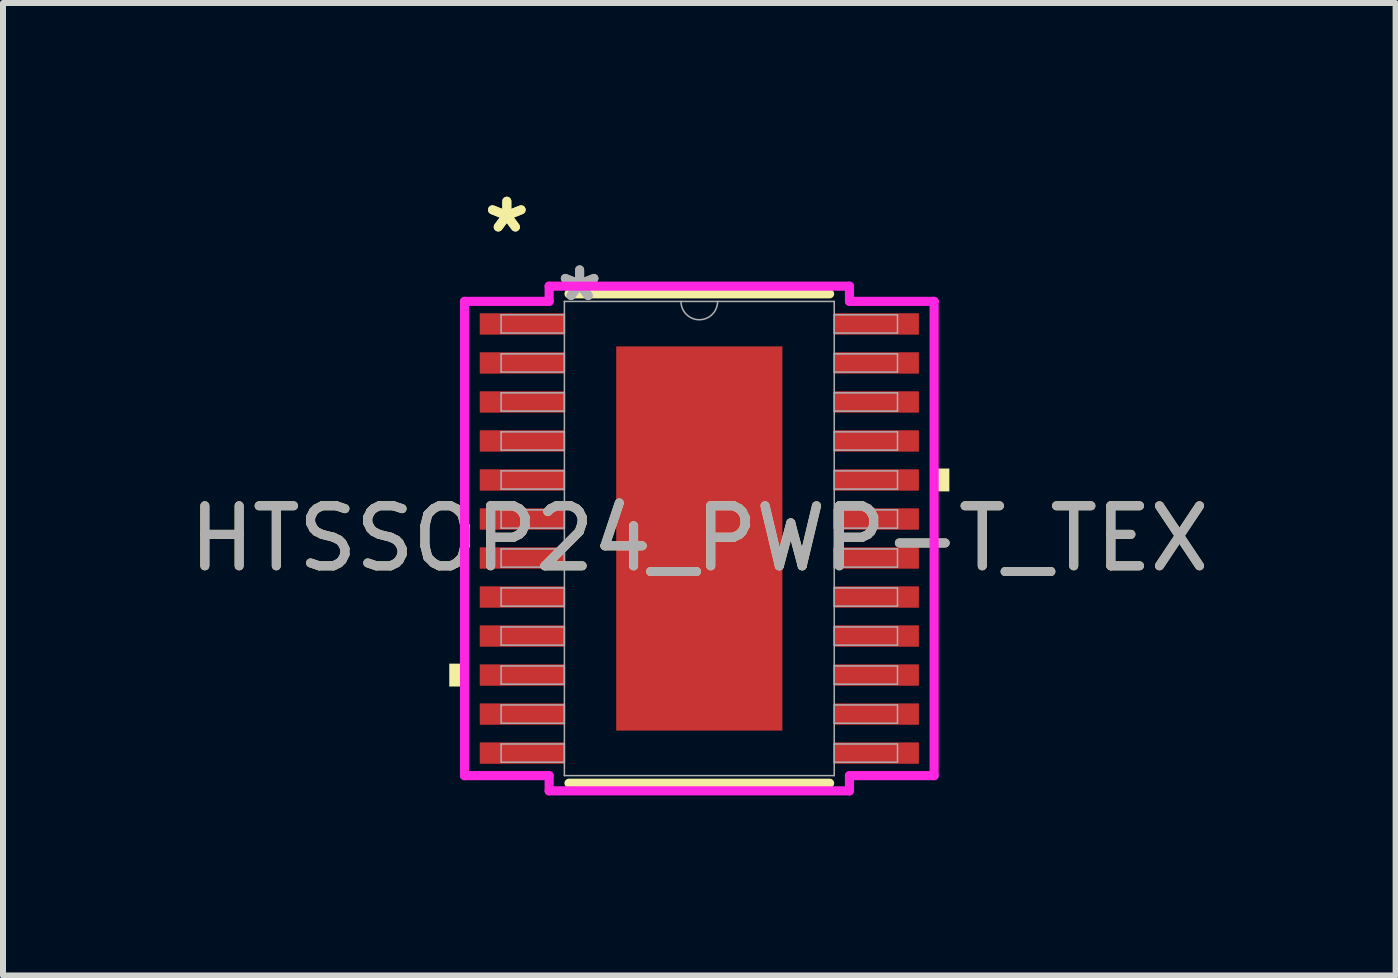
<source format=kicad_pcb>
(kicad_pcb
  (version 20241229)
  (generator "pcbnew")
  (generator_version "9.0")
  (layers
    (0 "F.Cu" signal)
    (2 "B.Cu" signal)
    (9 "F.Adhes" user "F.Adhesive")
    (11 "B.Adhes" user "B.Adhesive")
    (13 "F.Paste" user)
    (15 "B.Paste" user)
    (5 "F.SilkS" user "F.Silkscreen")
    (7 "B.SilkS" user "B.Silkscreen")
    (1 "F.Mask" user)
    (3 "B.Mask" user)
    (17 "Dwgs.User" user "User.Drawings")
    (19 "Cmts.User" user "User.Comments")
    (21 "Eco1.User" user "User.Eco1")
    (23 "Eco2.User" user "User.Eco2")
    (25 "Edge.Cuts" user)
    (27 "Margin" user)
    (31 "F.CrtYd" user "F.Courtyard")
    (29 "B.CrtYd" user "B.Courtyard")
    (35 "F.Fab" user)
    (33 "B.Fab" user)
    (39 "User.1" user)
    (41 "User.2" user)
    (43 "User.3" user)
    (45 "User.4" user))
  (footprint "HTSSOP24_PWP-T_TEX"
    (layer "F.Cu")
    (at 8.601 5.922)
    (property "Reference" "HTSSOP24_PWP-T_TEX" (at 0 0 0) (unlocked yes) (layer "F.SilkS") (effects (font (size 1 1) (thickness 0.15))))
    (attr smd)
    (fp_line (start -2.171 4.077) (end 2.171 4.077) (stroke (width 0.152) (type solid)) (layer "F.SilkS"))
    (fp_line (start 2.171 -4.077) (end -2.171 -4.077) (stroke (width 0.152) (type solid)) (layer "F.SilkS"))
    (fp_poly (pts (xy -4.166 2.085) (xy -4.166 2.466) (xy -3.912 2.466) (xy -3.912 2.085)) (stroke (width 0) (type solid)) (fill yes) (layer "F.SilkS"))
    (fp_poly (pts (xy 4.166 -1.166) (xy 4.166 -0.785) (xy 3.912 -0.785) (xy 3.912 -1.166)) (stroke (width 0) (type solid)) (fill yes) (layer "F.SilkS"))
    (fp_poly (pts (xy -1.284 -3.1) (xy -1.284 -2.02) (xy -0.1 -2.02) (xy -0.1 -3.1)) (stroke (width 0) (type solid)) (fill yes) (layer "F.Paste"))
    (fp_poly (pts (xy -1.284 -1.82) (xy -1.284 -0.74) (xy -0.1 -0.74) (xy -0.1 -1.82)) (stroke (width 0) (type solid)) (fill yes) (layer "F.Paste"))
    (fp_poly (pts (xy -1.284 -0.54) (xy -1.284 0.54) (xy -0.1 0.54) (xy -0.1 -0.54)) (stroke (width 0) (type solid)) (fill yes) (layer "F.Paste"))
    (fp_poly (pts (xy -1.284 0.74) (xy -1.284 1.82) (xy -0.1 1.82) (xy -0.1 0.74)) (stroke (width 0) (type solid)) (fill yes) (layer "F.Paste"))
    (fp_poly (pts (xy -1.284 2.02) (xy -1.284 3.1) (xy -0.1 3.1) (xy -0.1 2.02)) (stroke (width 0) (type solid)) (fill yes) (layer "F.Paste"))
    (fp_poly (pts (xy 0.1 -3.1) (xy 0.1 -2.02) (xy 1.284 -2.02) (xy 1.284 -3.1)) (stroke (width 0) (type solid)) (fill yes) (layer "F.Paste"))
    (fp_poly (pts (xy 0.1 -1.82) (xy 0.1 -0.74) (xy 1.284 -0.74) (xy 1.284 -1.82)) (stroke (width 0) (type solid)) (fill yes) (layer "F.Paste"))
    (fp_poly (pts (xy 0.1 -0.54) (xy 0.1 0.54) (xy 1.284 0.54) (xy 1.284 -0.54)) (stroke (width 0) (type solid)) (fill yes) (layer "F.Paste"))
    (fp_poly (pts (xy 0.1 0.74) (xy 0.1 1.82) (xy 1.284 1.82) (xy 1.284 0.74)) (stroke (width 0) (type solid)) (fill yes) (layer "F.Paste"))
    (fp_poly (pts (xy 0.1 2.02) (xy 0.1 3.1) (xy 1.284 3.1) (xy 1.284 2.02)) (stroke (width 0) (type solid)) (fill yes) (layer "F.Paste"))
    (fp_line (start -3.912 -3.951) (end -2.502 -3.951) (stroke (width 0.152) (type solid)) (layer "F.CrtYd"))
    (fp_line (start -3.912 3.951) (end -3.912 -3.951) (stroke (width 0.152) (type solid)) (layer "F.CrtYd"))
    (fp_line (start -3.912 3.951) (end -2.502 3.951) (stroke (width 0.152) (type solid)) (layer "F.CrtYd"))
    (fp_line (start -2.502 -4.204) (end 2.502 -4.204) (stroke (width 0.152) (type solid)) (layer "F.CrtYd"))
    (fp_line (start -2.502 -3.951) (end -2.502 -4.204) (stroke (width 0.152) (type solid)) (layer "F.CrtYd"))
    (fp_line (start -2.502 4.204) (end -2.502 3.951) (stroke (width 0.152) (type solid)) (layer "F.CrtYd"))
    (fp_line (start 2.502 -4.204) (end 2.502 -3.951) (stroke (width 0.152) (type solid)) (layer "F.CrtYd"))
    (fp_line (start 2.502 3.951) (end 2.502 4.204) (stroke (width 0.152) (type solid)) (layer "F.CrtYd"))
    (fp_line (start 2.502 4.204) (end -2.502 4.204) (stroke (width 0.152) (type solid)) (layer "F.CrtYd"))
    (fp_line (start 3.912 -3.951) (end 2.502 -3.951) (stroke (width 0.152) (type solid)) (layer "F.CrtYd"))
    (fp_line (start 3.912 -3.951) (end 3.912 3.951) (stroke (width 0.152) (type solid)) (layer "F.CrtYd"))
    (fp_line (start 3.912 3.951) (end 2.502 3.951) (stroke (width 0.152) (type solid)) (layer "F.CrtYd"))
    (fp_line (start -3.302 -3.727) (end -3.302 -3.423) (stroke (width 0.025) (type solid)) (layer "F.Fab"))
    (fp_line (start -3.302 -3.423) (end -2.248 -3.423) (stroke (width 0.025) (type solid)) (layer "F.Fab"))
    (fp_line (start -3.302 -3.077) (end -3.302 -2.773) (stroke (width 0.025) (type solid)) (layer "F.Fab"))
    (fp_line (start -3.302 -2.773) (end -2.248 -2.773) (stroke (width 0.025) (type solid)) (layer "F.Fab"))
    (fp_line (start -3.302 -2.427) (end -3.302 -2.123) (stroke (width 0.025) (type solid)) (layer "F.Fab"))
    (fp_line (start -3.302 -2.123) (end -2.248 -2.123) (stroke (width 0.025) (type solid)) (layer "F.Fab"))
    (fp_line (start -3.302 -1.777) (end -3.302 -1.473) (stroke (width 0.025) (type solid)) (layer "F.Fab"))
    (fp_line (start -3.302 -1.473) (end -2.248 -1.473) (stroke (width 0.025) (type solid)) (layer "F.Fab"))
    (fp_line (start -3.302 -1.127) (end -3.302 -0.823) (stroke (width 0.025) (type solid)) (layer "F.Fab"))
    (fp_line (start -3.302 -0.823) (end -2.248 -0.823) (stroke (width 0.025) (type solid)) (layer "F.Fab"))
    (fp_line (start -3.302 -0.477) (end -3.302 -0.173) (stroke (width 0.025) (type solid)) (layer "F.Fab"))
    (fp_line (start -3.302 -0.173) (end -2.248 -0.173) (stroke (width 0.025) (type solid)) (layer "F.Fab"))
    (fp_line (start -3.302 0.173) (end -3.302 0.477) (stroke (width 0.025) (type solid)) (layer "F.Fab"))
    (fp_line (start -3.302 0.477) (end -2.248 0.477) (stroke (width 0.025) (type solid)) (layer "F.Fab"))
    (fp_line (start -3.302 0.823) (end -3.302 1.127) (stroke (width 0.025) (type solid)) (layer "F.Fab"))
    (fp_line (start -3.302 1.127) (end -2.248 1.127) (stroke (width 0.025) (type solid)) (layer "F.Fab"))
    (fp_line (start -3.302 1.473) (end -3.302 1.777) (stroke (width 0.025) (type solid)) (layer "F.Fab"))
    (fp_line (start -3.302 1.777) (end -2.248 1.777) (stroke (width 0.025) (type solid)) (layer "F.Fab"))
    (fp_line (start -3.302 2.123) (end -3.302 2.427) (stroke (width 0.025) (type solid)) (layer "F.Fab"))
    (fp_line (start -3.302 2.427) (end -2.248 2.427) (stroke (width 0.025) (type solid)) (layer "F.Fab"))
    (fp_line (start -3.302 2.773) (end -3.302 3.077) (stroke (width 0.025) (type solid)) (layer "F.Fab"))
    (fp_line (start -3.302 3.077) (end -2.248 3.077) (stroke (width 0.025) (type solid)) (layer "F.Fab"))
    (fp_line (start -3.302 3.423) (end -3.302 3.727) (stroke (width 0.025) (type solid)) (layer "F.Fab"))
    (fp_line (start -3.302 3.727) (end -2.248 3.727) (stroke (width 0.025) (type solid)) (layer "F.Fab"))
    (fp_line (start -2.248 -3.95) (end -2.248 3.95) (stroke (width 0.025) (type solid)) (layer "F.Fab"))
    (fp_line (start -2.248 -3.727) (end -3.302 -3.727) (stroke (width 0.025) (type solid)) (layer "F.Fab"))
    (fp_line (start -2.248 -3.423) (end -2.248 -3.727) (stroke (width 0.025) (type solid)) (layer "F.Fab"))
    (fp_line (start -2.248 -3.077) (end -3.302 -3.077) (stroke (width 0.025) (type solid)) (layer "F.Fab"))
    (fp_line (start -2.248 -2.773) (end -2.248 -3.077) (stroke (width 0.025) (type solid)) (layer "F.Fab"))
    (fp_line (start -2.248 -2.427) (end -3.302 -2.427) (stroke (width 0.025) (type solid)) (layer "F.Fab"))
    (fp_line (start -2.248 -2.123) (end -2.248 -2.427) (stroke (width 0.025) (type solid)) (layer "F.Fab"))
    (fp_line (start -2.248 -1.777) (end -3.302 -1.777) (stroke (width 0.025) (type solid)) (layer "F.Fab"))
    (fp_line (start -2.248 -1.473) (end -2.248 -1.777) (stroke (width 0.025) (type solid)) (layer "F.Fab"))
    (fp_line (start -2.248 -1.127) (end -3.302 -1.127) (stroke (width 0.025) (type solid)) (layer "F.Fab"))
    (fp_line (start -2.248 -0.823) (end -2.248 -1.127) (stroke (width 0.025) (type solid)) (layer "F.Fab"))
    (fp_line (start -2.248 -0.477) (end -3.302 -0.477) (stroke (width 0.025) (type solid)) (layer "F.Fab"))
    (fp_line (start -2.248 -0.173) (end -2.248 -0.477) (stroke (width 0.025) (type solid)) (layer "F.Fab"))
    (fp_line (start -2.248 0.173) (end -3.302 0.173) (stroke (width 0.025) (type solid)) (layer "F.Fab"))
    (fp_line (start -2.248 0.477) (end -2.248 0.173) (stroke (width 0.025) (type solid)) (layer "F.Fab"))
    (fp_line (start -2.248 0.823) (end -3.302 0.823) (stroke (width 0.025) (type solid)) (layer "F.Fab"))
    (fp_line (start -2.248 1.127) (end -2.248 0.823) (stroke (width 0.025) (type solid)) (layer "F.Fab"))
    (fp_line (start -2.248 1.473) (end -3.302 1.473) (stroke (width 0.025) (type solid)) (layer "F.Fab"))
    (fp_line (start -2.248 1.777) (end -2.248 1.473) (stroke (width 0.025) (type solid)) (layer "F.Fab"))
    (fp_line (start -2.248 2.123) (end -3.302 2.123) (stroke (width 0.025) (type solid)) (layer "F.Fab"))
    (fp_line (start -2.248 2.427) (end -2.248 2.123) (stroke (width 0.025) (type solid)) (layer "F.Fab"))
    (fp_line (start -2.248 2.773) (end -3.302 2.773) (stroke (width 0.025) (type solid)) (layer "F.Fab"))
    (fp_line (start -2.248 3.077) (end -2.248 2.773) (stroke (width 0.025) (type solid)) (layer "F.Fab"))
    (fp_line (start -2.248 3.423) (end -3.302 3.423) (stroke (width 0.025) (type solid)) (layer "F.Fab"))
    (fp_line (start -2.248 3.727) (end -2.248 3.423) (stroke (width 0.025) (type solid)) (layer "F.Fab"))
    (fp_line (start -2.248 3.95) (end 2.248 3.95) (stroke (width 0.025) (type solid)) (layer "F.Fab"))
    (fp_line (start 2.248 -3.95) (end -2.248 -3.95) (stroke (width 0.025) (type solid)) (layer "F.Fab"))
    (fp_line (start 2.248 -3.727) (end 2.248 -3.423) (stroke (width 0.025) (type solid)) (layer "F.Fab"))
    (fp_line (start 2.248 -3.423) (end 3.302 -3.423) (stroke (width 0.025) (type solid)) (layer "F.Fab"))
    (fp_line (start 2.248 -3.077) (end 2.248 -2.773) (stroke (width 0.025) (type solid)) (layer "F.Fab"))
    (fp_line (start 2.248 -2.773) (end 3.302 -2.773) (stroke (width 0.025) (type solid)) (layer "F.Fab"))
    (fp_line (start 2.248 -2.427) (end 2.248 -2.123) (stroke (width 0.025) (type solid)) (layer "F.Fab"))
    (fp_line (start 2.248 -2.123) (end 3.302 -2.123) (stroke (width 0.025) (type solid)) (layer "F.Fab"))
    (fp_line (start 2.248 -1.777) (end 2.248 -1.473) (stroke (width 0.025) (type solid)) (layer "F.Fab"))
    (fp_line (start 2.248 -1.473) (end 3.302 -1.473) (stroke (width 0.025) (type solid)) (layer "F.Fab"))
    (fp_line (start 2.248 -1.127) (end 2.248 -0.823) (stroke (width 0.025) (type solid)) (layer "F.Fab"))
    (fp_line (start 2.248 -0.823) (end 3.302 -0.823) (stroke (width 0.025) (type solid)) (layer "F.Fab"))
    (fp_line (start 2.248 -0.477) (end 2.248 -0.173) (stroke (width 0.025) (type solid)) (layer "F.Fab"))
    (fp_line (start 2.248 -0.173) (end 3.302 -0.173) (stroke (width 0.025) (type solid)) (layer "F.Fab"))
    (fp_line (start 2.248 0.173) (end 2.248 0.477) (stroke (width 0.025) (type solid)) (layer "F.Fab"))
    (fp_line (start 2.248 0.477) (end 3.302 0.477) (stroke (width 0.025) (type solid)) (layer "F.Fab"))
    (fp_line (start 2.248 0.823) (end 2.248 1.127) (stroke (width 0.025) (type solid)) (layer "F.Fab"))
    (fp_line (start 2.248 1.127) (end 3.302 1.127) (stroke (width 0.025) (type solid)) (layer "F.Fab"))
    (fp_line (start 2.248 1.473) (end 2.248 1.777) (stroke (width 0.025) (type solid)) (layer "F.Fab"))
    (fp_line (start 2.248 1.777) (end 3.302 1.777) (stroke (width 0.025) (type solid)) (layer "F.Fab"))
    (fp_line (start 2.248 2.123) (end 2.248 2.427) (stroke (width 0.025) (type solid)) (layer "F.Fab"))
    (fp_line (start 2.248 2.427) (end 3.302 2.427) (stroke (width 0.025) (type solid)) (layer "F.Fab"))
    (fp_line (start 2.248 2.773) (end 2.248 3.077) (stroke (width 0.025) (type solid)) (layer "F.Fab"))
    (fp_line (start 2.248 3.077) (end 3.302 3.077) (stroke (width 0.025) (type solid)) (layer "F.Fab"))
    (fp_line (start 2.248 3.423) (end 2.248 3.727) (stroke (width 0.025) (type solid)) (layer "F.Fab"))
    (fp_line (start 2.248 3.727) (end 3.302 3.727) (stroke (width 0.025) (type solid)) (layer "F.Fab"))
    (fp_line (start 2.248 3.95) (end 2.248 -3.95) (stroke (width 0.025) (type solid)) (layer "F.Fab"))
    (fp_line (start 3.302 -3.727) (end 2.248 -3.727) (stroke (width 0.025) (type solid)) (layer "F.Fab"))
    (fp_line (start 3.302 -3.423) (end 3.302 -3.727) (stroke (width 0.025) (type solid)) (layer "F.Fab"))
    (fp_line (start 3.302 -3.077) (end 2.248 -3.077) (stroke (width 0.025) (type solid)) (layer "F.Fab"))
    (fp_line (start 3.302 -2.773) (end 3.302 -3.077) (stroke (width 0.025) (type solid)) (layer "F.Fab"))
    (fp_line (start 3.302 -2.427) (end 2.248 -2.427) (stroke (width 0.025) (type solid)) (layer "F.Fab"))
    (fp_line (start 3.302 -2.123) (end 3.302 -2.427) (stroke (width 0.025) (type solid)) (layer "F.Fab"))
    (fp_line (start 3.302 -1.777) (end 2.248 -1.777) (stroke (width 0.025) (type solid)) (layer "F.Fab"))
    (fp_line (start 3.302 -1.473) (end 3.302 -1.777) (stroke (width 0.025) (type solid)) (layer "F.Fab"))
    (fp_line (start 3.302 -1.127) (end 2.248 -1.127) (stroke (width 0.025) (type solid)) (layer "F.Fab"))
    (fp_line (start 3.302 -0.823) (end 3.302 -1.127) (stroke (width 0.025) (type solid)) (layer "F.Fab"))
    (fp_line (start 3.302 -0.477) (end 2.248 -0.477) (stroke (width 0.025) (type solid)) (layer "F.Fab"))
    (fp_line (start 3.302 -0.173) (end 3.302 -0.477) (stroke (width 0.025) (type solid)) (layer "F.Fab"))
    (fp_line (start 3.302 0.173) (end 2.248 0.173) (stroke (width 0.025) (type solid)) (layer "F.Fab"))
    (fp_line (start 3.302 0.477) (end 3.302 0.173) (stroke (width 0.025) (type solid)) (layer "F.Fab"))
    (fp_line (start 3.302 0.823) (end 2.248 0.823) (stroke (width 0.025) (type solid)) (layer "F.Fab"))
    (fp_line (start 3.302 1.127) (end 3.302 0.823) (stroke (width 0.025) (type solid)) (layer "F.Fab"))
    (fp_line (start 3.302 1.473) (end 2.248 1.473) (stroke (width 0.025) (type solid)) (layer "F.Fab"))
    (fp_line (start 3.302 1.777) (end 3.302 1.473) (stroke (width 0.025) (type solid)) (layer "F.Fab"))
    (fp_line (start 3.302 2.123) (end 2.248 2.123) (stroke (width 0.025) (type solid)) (layer "F.Fab"))
    (fp_line (start 3.302 2.427) (end 3.302 2.123) (stroke (width 0.025) (type solid)) (layer "F.Fab"))
    (fp_line (start 3.302 2.773) (end 2.248 2.773) (stroke (width 0.025) (type solid)) (layer "F.Fab"))
    (fp_line (start 3.302 3.077) (end 3.302 2.773) (stroke (width 0.025) (type solid)) (layer "F.Fab"))
    (fp_line (start 3.302 3.423) (end 2.248 3.423) (stroke (width 0.025) (type solid)) (layer "F.Fab"))
    (fp_line (start 3.302 3.727) (end 3.302 3.423) (stroke (width 0.025) (type solid)) (layer "F.Fab"))
    (fp_arc (start 0.3048 -3.9497) (mid 0 -3.6449) (end -0.3048 -3.9497) (stroke (width 0.0254) (type solid)) (layer "F.Fab"))
    (fp_text user "*" (at -3.207 -5.074 0) (unlocked yes) (layer "F.SilkS") (effects (font (size 1 1) (thickness 0.15))))
    (fp_text user "*" (at -3.207 -5.074 0) (layer "F.SilkS") (effects (font (size 1 1) (thickness 0.15))))
    (fp_text user "*" (at -1.994 -3.931 0) (unlocked yes) (layer "F.Fab") (effects (font (size 1 1) (thickness 0.15))))
    (fp_text user "*" (at -1.994 -3.931 0) (layer "F.Fab") (effects (font (size 1 1) (thickness 0.15))))
    (fp_text user "${REFERENCE}" (at 0 0 0) (unlocked yes) (layer "F.Fab") (effects (font (size 1 1) (thickness 0.15))))
    (pad "1" smd rect (at -2.953 -3.575) (size 1.41 0.356) (layers "F.Cu" "F.Mask" "F.Paste"))
    (pad "2" smd rect (at -2.953 -2.925) (size 1.41 0.356) (layers "F.Cu" "F.Mask" "F.Paste"))
    (pad "3" smd rect (at -2.953 -2.275) (size 1.41 0.356) (layers "F.Cu" "F.Mask" "F.Paste"))
    (pad "4" smd rect (at -2.953 -1.625) (size 1.41 0.356) (layers "F.Cu" "F.Mask" "F.Paste"))
    (pad "5" smd rect (at -2.953 -0.975) (size 1.41 0.356) (layers "F.Cu" "F.Mask" "F.Paste"))
    (pad "6" smd rect (at -2.953 -0.325) (size 1.41 0.356) (layers "F.Cu" "F.Mask" "F.Paste"))
    (pad "7" smd rect (at -2.953 0.325) (size 1.41 0.356) (layers "F.Cu" "F.Mask" "F.Paste"))
    (pad "8" smd rect (at -2.953 0.975) (size 1.41 0.356) (layers "F.Cu" "F.Mask" "F.Paste"))
    (pad "9" smd rect (at -2.953 1.625) (size 1.41 0.356) (layers "F.Cu" "F.Mask" "F.Paste"))
    (pad "10" smd rect (at -2.953 2.275) (size 1.41 0.356) (layers "F.Cu" "F.Mask" "F.Paste"))
    (pad "11" smd rect (at -2.953 2.925) (size 1.41 0.356) (layers "F.Cu" "F.Mask" "F.Paste"))
    (pad "12" smd rect (at -2.953 3.575) (size 1.41 0.356) (layers "F.Cu" "F.Mask" "F.Paste"))
    (pad "13" smd rect (at 2.953 3.575) (size 1.41 0.356) (layers "F.Cu" "F.Mask" "F.Paste"))
    (pad "14" smd rect (at 2.953 2.925) (size 1.41 0.356) (layers "F.Cu" "F.Mask" "F.Paste"))
    (pad "15" smd rect (at 2.953 2.275) (size 1.41 0.356) (layers "F.Cu" "F.Mask" "F.Paste"))
    (pad "16" smd rect (at 2.953 1.625) (size 1.41 0.356) (layers "F.Cu" "F.Mask" "F.Paste"))
    (pad "17" smd rect (at 2.953 0.975) (size 1.41 0.356) (layers "F.Cu" "F.Mask" "F.Paste"))
    (pad "18" smd rect (at 2.953 0.325) (size 1.41 0.356) (layers "F.Cu" "F.Mask" "F.Paste"))
    (pad "19" smd rect (at 2.953 -0.325) (size 1.41 0.356) (layers "F.Cu" "F.Mask" "F.Paste"))
    (pad "20" smd rect (at 2.953 -0.975) (size 1.41 0.356) (layers "F.Cu" "F.Mask" "F.Paste"))
    (pad "21" smd rect (at 2.953 -1.625) (size 1.41 0.356) (layers "F.Cu" "F.Mask" "F.Paste"))
    (pad "22" smd rect (at 2.953 -2.275) (size 1.41 0.356) (layers "F.Cu" "F.Mask" "F.Paste"))
    (pad "23" smd rect (at 2.953 -2.925) (size 1.41 0.356) (layers "F.Cu" "F.Mask" "F.Paste"))
    (pad "24" smd rect (at 2.953 -3.575) (size 1.41 0.356) (layers "F.Cu" "F.Mask" "F.Paste"))
    (pad "25" smd rect (at 0 0) (size 2.769 6.401) (layers "F.Cu" "F.Mask" "F.Paste")))
  (gr_rect
    (start -3 -3)
    (end 20.202 13.202)
    (stroke (width 0.1) (type default))
    (fill no)
    (layer "Edge.Cuts")))
</source>
